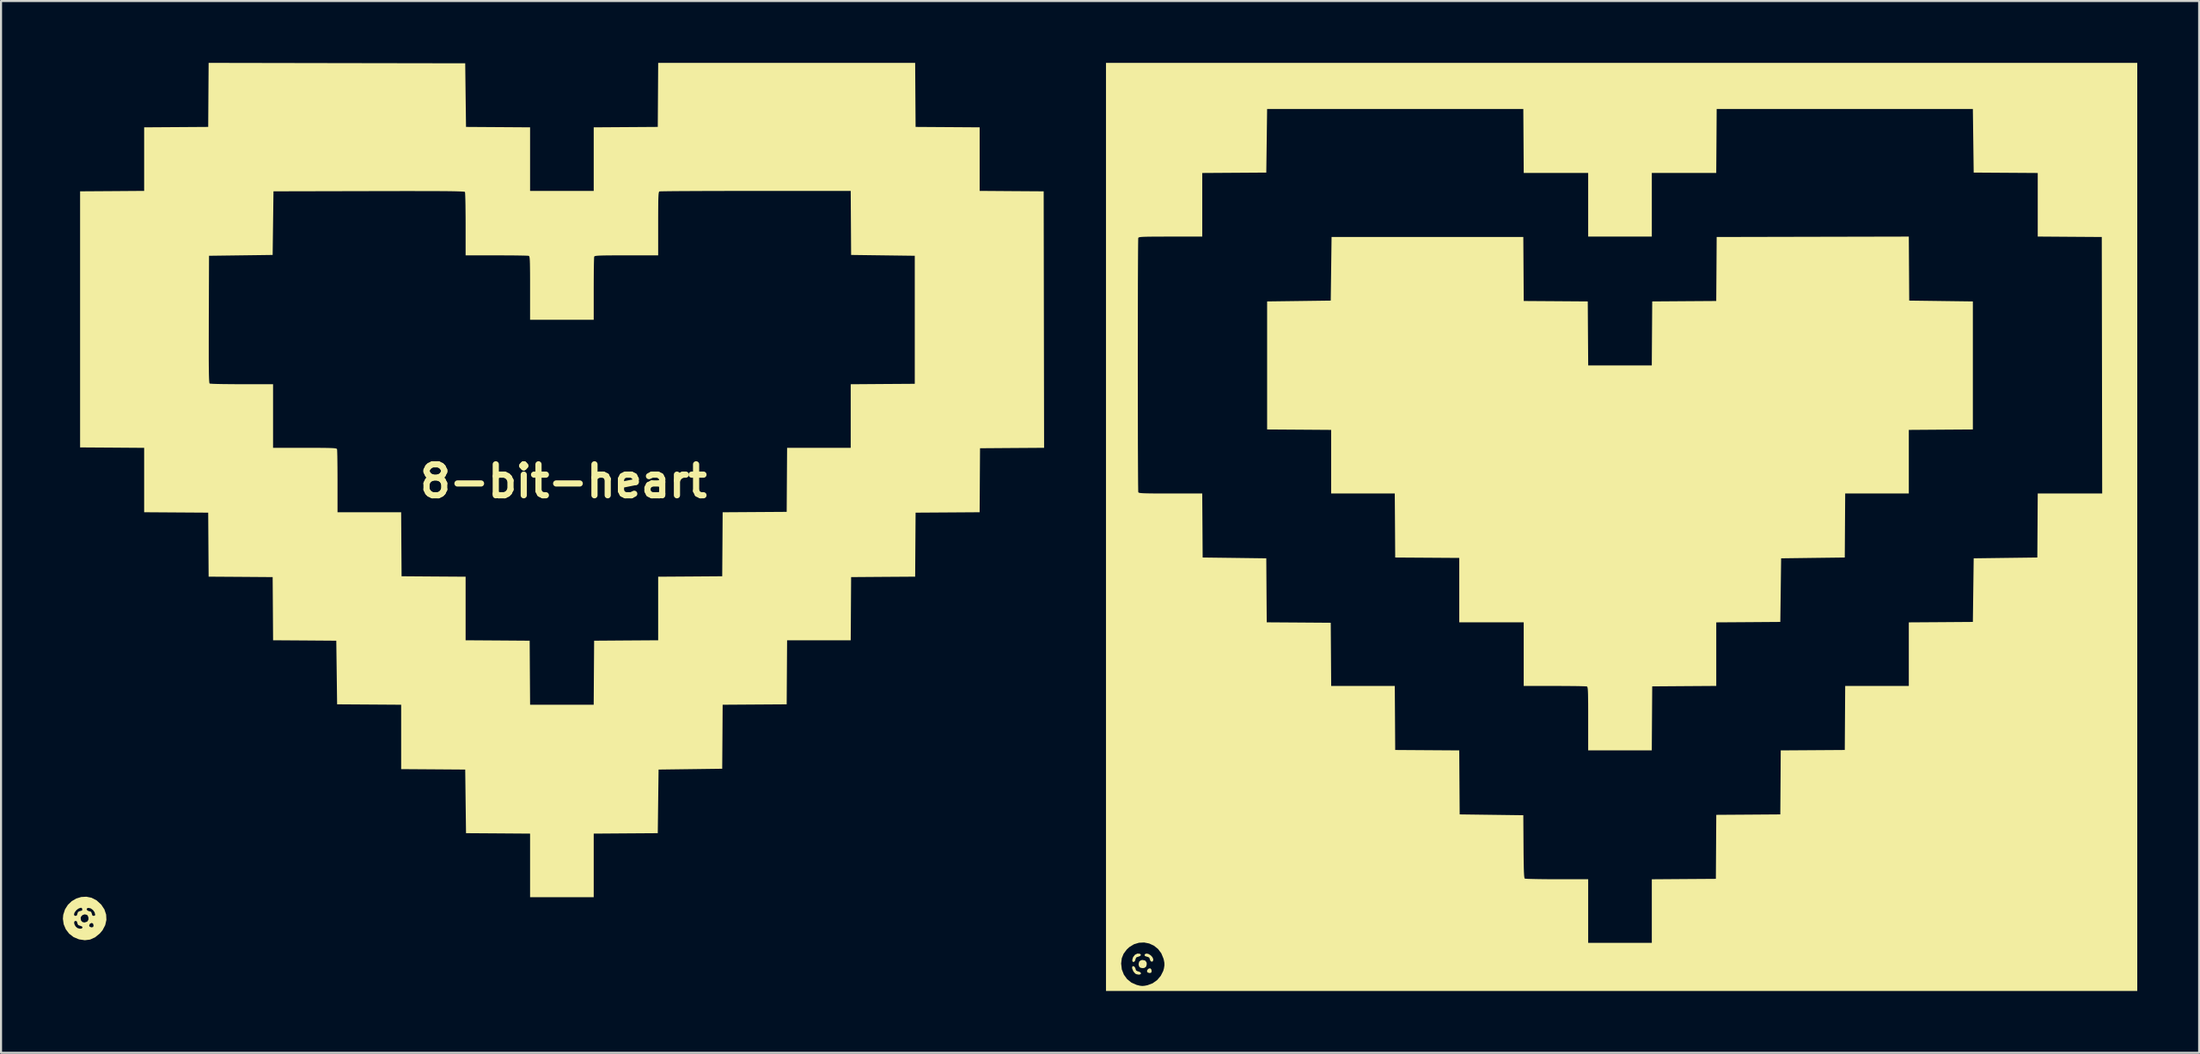
<source format=kicad_pcb>
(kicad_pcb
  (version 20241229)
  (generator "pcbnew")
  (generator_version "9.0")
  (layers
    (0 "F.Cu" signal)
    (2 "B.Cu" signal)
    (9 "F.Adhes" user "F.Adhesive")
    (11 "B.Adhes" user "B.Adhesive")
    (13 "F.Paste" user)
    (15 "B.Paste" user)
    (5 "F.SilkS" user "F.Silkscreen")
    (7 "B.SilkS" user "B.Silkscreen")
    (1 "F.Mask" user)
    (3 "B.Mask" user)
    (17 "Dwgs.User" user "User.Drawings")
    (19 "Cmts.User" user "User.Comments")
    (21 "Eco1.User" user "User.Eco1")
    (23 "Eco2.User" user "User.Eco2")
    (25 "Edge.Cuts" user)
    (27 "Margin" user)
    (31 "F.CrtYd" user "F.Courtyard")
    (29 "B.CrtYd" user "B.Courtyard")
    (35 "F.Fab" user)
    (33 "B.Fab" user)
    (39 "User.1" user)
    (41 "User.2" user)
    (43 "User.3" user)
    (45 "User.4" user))
  (footprint "8-bit-heart"
    (layer "F.Cu")
    (at 24.276 20.297)
    (property "Reference" "8-bit-heart" (at 0 0 0) (layer "F.SilkS") (effects (font (size 1.5 1.5) (thickness 0.3))))
    (attr board_only exclude_from_pos_files exclude_from_bom)
    (fp_poly (pts (xy -22.889 20.204) (xy -22.654 20.324) (xy -22.637 20.335) (xy -22.416 20.538) (xy -22.263 20.769) (xy -22.179 21.019) (xy -22.166 21.277) (xy -22.224 21.534) (xy -22.353 21.78) (xy -22.489 21.941) (xy -22.716 22.125) (xy -22.955 22.233) (xy -23.211 22.265) (xy -23.492 22.224) (xy -23.503 22.22) (xy -23.759 22.113) (xy -23.972 21.948) (xy -24.134 21.737) (xy -24.238 21.491) (xy -24.248 21.422) (xy -23.732 21.422) (xy -23.709 21.512) (xy -23.655 21.602) (xy -23.576 21.67) (xy -23.566 21.675) (xy -23.46 21.707) (xy -23.372 21.7) (xy -23.325 21.658) (xy -23.323 21.642) (xy -23.358 21.592) (xy -23.442 21.563) (xy -23.49 21.545) (xy -23.004 21.545) (xy -22.977 21.611) (xy -22.892 21.641) (xy -22.883 21.641) (xy -22.81 21.623) (xy -22.789 21.554) (xy -22.789 21.547) (xy -22.815 21.458) (xy -22.88 21.426) (xy -22.958 21.461) (xy -22.964 21.466) (xy -23.004 21.545) (xy -23.49 21.545) (xy -23.531 21.531) (xy -23.569 21.461) (xy -23.573 21.434) (xy -23.603 21.348) (xy -23.662 21.325) (xy -23.718 21.353) (xy -23.732 21.422) (xy -24.248 21.422) (xy -24.276 21.224) (xy -24.272 21.18) (xy -23.415 21.18) (xy -23.399 21.303) (xy -23.33 21.382) (xy -23.228 21.406) (xy -23.109 21.366) (xy -23.09 21.353) (xy -23.04 21.273) (xy -23.036 21.167) (xy -23.074 21.07) (xy -23.113 21.034) (xy -23.217 21.009) (xy -23.322 21.043) (xy -23.397 21.122) (xy -23.415 21.18) (xy -24.272 21.18) (xy -24.259 21.029) (xy -24.25 21.003) (xy -23.737 21.003) (xy -23.72 21.067) (xy -23.662 21.088) (xy -23.598 21.059) (xy -23.573 20.979) (xy -23.544 20.895) (xy -23.469 20.855) (xy -23.444 20.85) (xy -23.364 20.828) (xy -23.335 20.801) (xy -23.335 20.801) (xy -23.341 20.748) (xy -23.126 20.748) (xy -23.109 20.801) (xy -23.045 20.845) (xy -22.993 20.858) (xy -22.91 20.887) (xy -22.877 20.964) (xy -22.875 20.979) (xy -22.846 21.064) (xy -22.786 21.088) (xy -22.723 21.063) (xy -22.71 21.03) (xy -22.74 20.908) (xy -22.818 20.8) (xy -22.922 20.723) (xy -23.034 20.696) (xy -23.084 20.706) (xy -23.126 20.748) (xy -23.341 20.748) (xy -23.343 20.735) (xy -23.343 20.731) (xy -23.371 20.693) (xy -23.441 20.697) (xy -23.532 20.737) (xy -23.623 20.808) (xy -23.704 20.911) (xy -23.737 21.003) (xy -24.25 21.003) (xy -24.174 20.768) (xy -24.034 20.547) (xy -23.848 20.37) (xy -23.629 20.242) (xy -23.388 20.168) (xy -23.138 20.154)) (stroke (width 0) (type solid)) (fill yes) (layer "F.SilkS"))
    (fp_poly (pts (xy -10.988 -20.286) (xy -4.767 -20.276) (xy -4.748 -18.733) (xy -4.728 -17.19) (xy -3.175 -17.18) (xy -1.622 -17.17) (xy -1.622 -15.627) (xy -1.622 -14.085) (xy -0.079 -14.085) (xy 1.464 -14.085) (xy 1.464 -15.627) (xy 1.464 -17.17) (xy 3.017 -17.18) (xy 4.57 -17.19) (xy 4.58 -18.743) (xy 4.59 -20.296) (xy 10.821 -20.296) (xy 17.051 -20.296) (xy 17.061 -18.743) (xy 17.072 -17.19) (xy 18.625 -17.18) (xy 20.178 -17.17) (xy 20.178 -15.628) (xy 20.178 -14.086) (xy 21.73 -14.075) (xy 23.283 -14.065) (xy 23.293 -7.844) (xy 23.303 -1.623) (xy 21.75 -1.613) (xy 20.197 -1.602) (xy 20.187 -0.05) (xy 20.177 1.503) (xy 18.624 1.513) (xy 17.072 1.523) (xy 17.061 3.076) (xy 17.051 4.628) (xy 15.499 4.638) (xy 13.946 4.649) (xy 13.936 6.182) (xy 13.926 7.715) (xy 12.383 7.715) (xy 10.841 7.715) (xy 10.831 9.268) (xy 10.821 10.821) (xy 9.268 10.831) (xy 7.716 10.841) (xy 7.706 12.394) (xy 7.695 13.946) (xy 6.152 13.966) (xy 4.609 13.986) (xy 4.589 15.529) (xy 4.57 17.072) (xy 3.017 17.082) (xy 1.464 17.093) (xy 1.464 18.635) (xy 1.464 20.178) (xy -0.079 20.178) (xy -1.622 20.178) (xy -1.622 18.635) (xy -1.622 17.093) (xy -3.175 17.082) (xy -4.728 17.072) (xy -4.748 15.529) (xy -4.767 13.986) (xy -6.32 13.975) (xy -7.873 13.965) (xy -7.873 12.403) (xy -7.873 10.841) (xy -9.426 10.831) (xy -10.979 10.821) (xy -10.999 9.278) (xy -11.019 7.735) (xy -12.551 7.724) (xy -14.084 7.714) (xy -14.094 6.181) (xy -14.105 4.649) (xy -15.657 4.638) (xy -17.209 4.628) (xy -17.22 3.076) (xy -17.23 1.523) (xy -18.783 1.513) (xy -20.336 1.503) (xy -20.336 -0.059) (xy -20.336 -1.621) (xy -21.889 -1.632) (xy -23.442 -1.642) (xy -23.442 -6.307) (xy -17.203 -6.307) (xy -17.203 -5.929) (xy -17.201 -5.612) (xy -17.198 -5.351) (xy -17.194 -5.144) (xy -17.189 -4.985) (xy -17.183 -4.869) (xy -17.176 -4.793) (xy -17.167 -4.751) (xy -17.161 -4.741) (xy -17.112 -4.734) (xy -16.992 -4.727) (xy -16.811 -4.721) (xy -16.578 -4.716) (xy -16.301 -4.713) (xy -15.99 -4.71) (xy -15.654 -4.709) (xy -15.598 -4.709) (xy -14.085 -4.708) (xy -14.085 -3.165) (xy -14.085 -1.622) (xy -12.546 -1.622) (xy -12.153 -1.622) (xy -11.832 -1.621) (xy -11.576 -1.619) (xy -11.377 -1.615) (xy -11.228 -1.61) (xy -11.122 -1.603) (xy -11.051 -1.594) (xy -11.009 -1.582) (xy -10.988 -1.568) (xy -10.983 -1.56) (xy -10.978 -1.507) (xy -10.973 -1.384) (xy -10.968 -1.201) (xy -10.965 -0.965) (xy -10.962 -0.687) (xy -10.96 -0.375) (xy -10.959 -0.039) (xy -10.959 0.003) (xy -10.959 1.503) (xy -9.417 1.503) (xy -7.874 1.503) (xy -7.864 3.056) (xy -7.853 4.609) (xy -6.301 4.62) (xy -4.748 4.63) (xy -4.748 6.172) (xy -4.748 7.714) (xy -3.195 7.724) (xy -1.642 7.735) (xy -1.632 9.288) (xy -1.621 10.84) (xy -0.079 10.84) (xy 1.463 10.84) (xy 1.473 9.288) (xy 1.484 7.735) (xy 3.037 7.724) (xy 4.589 7.714) (xy 4.589 6.172) (xy 4.589 4.63) (xy 6.142 4.62) (xy 7.695 4.609) (xy 7.706 3.057) (xy 7.716 1.504) (xy 9.268 1.494) (xy 10.821 1.484) (xy 10.831 -0.069) (xy 10.841 -1.622) (xy 12.384 -1.622) (xy 13.926 -1.622) (xy 13.926 -3.165) (xy 13.926 -4.707) (xy 15.479 -4.718) (xy 17.032 -4.728) (xy 17.032 -7.834) (xy 17.032 -10.939) (xy 15.489 -10.959) (xy 13.946 -10.979) (xy 13.936 -12.532) (xy 13.926 -14.085) (xy 9.32 -14.085) (xy 8.722 -14.085) (xy 8.146 -14.084) (xy 7.596 -14.083) (xy 7.077 -14.082) (xy 6.596 -14.08) (xy 6.155 -14.078) (xy 5.762 -14.076) (xy 5.42 -14.074) (xy 5.134 -14.071) (xy 4.91 -14.068) (xy 4.753 -14.065) (xy 4.667 -14.062) (xy 4.652 -14.061) (xy 4.636 -14.048) (xy 4.623 -14.017) (xy 4.613 -13.962) (xy 4.605 -13.875) (xy 4.599 -13.749) (xy 4.594 -13.576) (xy 4.592 -13.349) (xy 4.59 -13.062) (xy 4.589 -12.706) (xy 4.589 -12.498) (xy 4.589 -10.959) (xy 3.051 -10.959) (xy 2.658 -10.959) (xy 2.337 -10.958) (xy 2.08 -10.956) (xy 1.881 -10.952) (xy 1.732 -10.947) (xy 1.626 -10.94) (xy 1.556 -10.931) (xy 1.514 -10.92) (xy 1.493 -10.905) (xy 1.488 -10.897) (xy 1.482 -10.844) (xy 1.478 -10.721) (xy 1.473 -10.538) (xy 1.469 -10.303) (xy 1.467 -10.024) (xy 1.465 -9.712) (xy 1.464 -9.376) (xy 1.464 -9.334) (xy 1.464 -7.834) (xy -0.079 -7.834) (xy -1.622 -7.834) (xy -1.622 -9.372) (xy -1.622 -9.765) (xy -1.623 -10.086) (xy -1.626 -10.343) (xy -1.629 -10.542) (xy -1.634 -10.691) (xy -1.641 -10.797) (xy -1.65 -10.867) (xy -1.662 -10.909) (xy -1.676 -10.93) (xy -1.685 -10.935) (xy -1.737 -10.941) (xy -1.86 -10.946) (xy -2.043 -10.95) (xy -2.279 -10.954) (xy -2.557 -10.957) (xy -2.869 -10.958) (xy -3.205 -10.959) (xy -3.247 -10.959) (xy -4.748 -10.959) (xy -4.748 -12.473) (xy -4.749 -12.812) (xy -4.752 -13.128) (xy -4.755 -13.411) (xy -4.76 -13.651) (xy -4.766 -13.841) (xy -4.772 -13.971) (xy -4.779 -14.033) (xy -4.78 -14.035) (xy -4.8 -14.043) (xy -4.85 -14.05) (xy -4.935 -14.056) (xy -5.057 -14.061) (xy -5.222 -14.066) (xy -5.431 -14.07) (xy -5.69 -14.073) (xy -6 -14.075) (xy -6.368 -14.076) (xy -6.794 -14.077) (xy -7.285 -14.078) (xy -7.842 -14.078) (xy -8.469 -14.077) (xy -9.171 -14.076) (xy -9.438 -14.075) (xy -14.065 -14.065) (xy -14.085 -12.522) (xy -14.105 -10.979) (xy -15.648 -10.959) (xy -17.19 -10.939) (xy -17.201 -7.856) (xy -17.202 -7.266) (xy -17.203 -6.752) (xy -17.203 -6.307) (xy -23.442 -6.307) (xy -23.442 -7.853) (xy -23.442 -14.065) (xy -21.889 -14.075) (xy -20.336 -14.086) (xy -20.336 -15.628) (xy -20.336 -17.17) (xy -18.783 -17.18) (xy -17.23 -17.19) (xy -17.22 -18.744) (xy -17.209 -20.297)) (stroke (width 0) (type solid)) (fill yes) (layer "F.SilkS")))
  (footprint "8-bit-heart-neg"
    (layer "F.Cu")
    (at 75.584 22.512)
    (property "Reference" "8-bit-heart-neg" (at 0 0 0) (layer "F.SilkS") (effects (font (size 1.5 1.5) (thickness 0.3))))
    (attr board_only exclude_from_pos_files exclude_from_bom)
    (fp_poly (pts (xy -22.851 21.417) (xy -22.804 21.471) (xy -22.789 21.541) (xy -22.805 21.617) (xy -22.868 21.641) (xy -22.889 21.641) (xy -22.974 21.619) (xy -23.013 21.579) (xy -23.007 21.503) (xy -22.952 21.437) (xy -22.876 21.412)) (stroke (width 0) (type solid)) (fill yes) (layer "F.SilkS"))
    (fp_poly (pts (xy -23.103 21.037) (xy -23.038 21.122) (xy -23.026 21.206) (xy -23.055 21.327) (xy -23.139 21.392) (xy -23.224 21.404) (xy -23.32 21.387) (xy -23.374 21.357) (xy -23.411 21.283) (xy -23.422 21.206) (xy -23.393 21.086) (xy -23.308 21.02) (xy -23.224 21.008)) (stroke (width 0) (type solid)) (fill yes) (layer "F.SilkS"))
    (fp_poly (pts (xy -23.359 20.707) (xy -23.312 20.749) (xy -23.329 20.799) (xy -23.402 20.84) (xy -23.445 20.85) (xy -23.534 20.884) (xy -23.57 20.958) (xy -23.572 20.976) (xy -23.602 21.061) (xy -23.653 21.105) (xy -23.705 21.096) (xy -23.726 21.063) (xy -23.725 20.989) (xy -23.694 20.885) (xy -23.686 20.867) (xy -23.598 20.754) (xy -23.481 20.698)) (stroke (width 0) (type solid)) (fill yes) (layer "F.SilkS"))
    (fp_poly (pts (xy -22.936 20.719) (xy -22.835 20.782) (xy -22.753 20.871) (xy -22.711 20.972) (xy -22.71 20.996) (xy -22.733 21.072) (xy -22.785 21.093) (xy -22.841 21.063) (xy -22.875 20.983) (xy -22.875 20.979) (xy -22.906 20.892) (xy -22.983 20.857) (xy -22.987 20.857) (xy -23.093 20.827) (xy -23.138 20.779) (xy -23.116 20.726) (xy -23.037 20.696)) (stroke (width 0) (type solid)) (fill yes) (layer "F.SilkS"))
    (fp_poly (pts (xy -23.613 21.345) (xy -23.576 21.416) (xy -23.572 21.438) (xy -23.543 21.519) (xy -23.466 21.558) (xy -23.442 21.562) (xy -23.349 21.597) (xy -23.307 21.648) (xy -23.32 21.695) (xy -23.393 21.719) (xy -23.409 21.719) (xy -23.515 21.702) (xy -23.583 21.67) (xy -23.674 21.565) (xy -23.73 21.434) (xy -23.738 21.371) (xy -23.717 21.313) (xy -23.668 21.307)) (stroke (width 0) (type solid)) (fill yes) (layer "F.SilkS"))
    (fp_poly (pts (xy 13.936 -12.532) (xy 13.946 -10.979) (xy 15.489 -10.959) (xy 17.032 -10.939) (xy 17.032 -7.834) (xy 17.032 -4.728) (xy 15.479 -4.718) (xy 13.926 -4.707) (xy 13.926 -3.165) (xy 13.926 -1.622) (xy 12.384 -1.622) (xy 10.841 -1.622) (xy 10.831 -0.069) (xy 10.821 1.484) (xy 9.278 1.503) (xy 7.735 1.523) (xy 7.715 3.066) (xy 7.695 4.609) (xy 6.142 4.62) (xy 4.589 4.63) (xy 4.589 6.172) (xy 4.589 7.714) (xy 3.037 7.724) (xy 1.484 7.735) (xy 1.473 9.288) (xy 1.463 10.84) (xy -0.08 10.84) (xy -1.622 10.84) (xy -1.622 9.302) (xy -1.622 8.909) (xy -1.623 8.588) (xy -1.626 8.331) (xy -1.629 8.132) (xy -1.634 7.983) (xy -1.641 7.877) (xy -1.65 7.807) (xy -1.662 7.765) (xy -1.676 7.744) (xy -1.685 7.739) (xy -1.737 7.734) (xy -1.86 7.729) (xy -2.043 7.724) (xy -2.279 7.72) (xy -2.557 7.718) (xy -2.869 7.716) (xy -3.205 7.715) (xy -3.247 7.715) (xy -4.748 7.715) (xy -4.748 6.172) (xy -4.748 4.629) (xy -6.31 4.629) (xy -7.873 4.629) (xy -7.873 3.067) (xy -7.873 1.504) (xy -9.426 1.494) (xy -10.979 1.484) (xy -10.989 -0.069) (xy -11 -1.622) (xy -12.542 -1.622) (xy -14.085 -1.622) (xy -14.085 -3.165) (xy -14.085 -4.707) (xy -15.638 -4.718) (xy -17.19 -4.728) (xy -17.19 -7.834) (xy -17.19 -10.939) (xy -15.648 -10.959) (xy -14.105 -10.979) (xy -14.085 -12.522) (xy -14.065 -14.065) (xy -9.416 -14.065) (xy -4.767 -14.065) (xy -4.757 -12.513) (xy -4.747 -10.96) (xy -3.194 -10.95) (xy -1.642 -10.939) (xy -1.632 -9.387) (xy -1.621 -7.834) (xy -0.079 -7.834) (xy 1.463 -7.834) (xy 1.473 -9.387) (xy 1.484 -10.939) (xy 3.036 -10.95) (xy 4.588 -10.96) (xy 4.599 -12.513) (xy 4.609 -14.065) (xy 9.267 -14.075) (xy 13.926 -14.085)) (stroke (width 0) (type solid)) (fill yes) (layer "F.SilkS"))
    (fp_poly (pts (xy 25.004 0) (xy 25.004 22.512) (xy 0 22.512) (xy -25.004 22.512) (xy -25.004 21.186) (xy -24.268 21.186) (xy -24.236 21.466) (xy -24.136 21.721) (xy -23.978 21.938) (xy -23.769 22.107) (xy -23.518 22.217) (xy -23.508 22.219) (xy -23.36 22.256) (xy -23.248 22.269) (xy -23.135 22.26) (xy -22.991 22.232) (xy -22.744 22.14) (xy -22.525 21.985) (xy -22.349 21.779) (xy -22.227 21.537) (xy -22.193 21.415) (xy -22.17 21.27) (xy -22.172 21.146) (xy -22.2 21.002) (xy -22.215 20.943) (xy -22.322 20.684) (xy -22.48 20.474) (xy -22.679 20.314) (xy -22.907 20.209) (xy -23.153 20.16) (xy -23.403 20.172) (xy -23.648 20.246) (xy -23.875 20.386) (xy -23.998 20.502) (xy -24.151 20.708) (xy -24.238 20.924) (xy -24.268 21.177) (xy -24.268 21.186) (xy -25.004 21.186) (xy -25.004 0) (xy -25.004 -7.938) (xy -23.461 -7.938) (xy -23.461 -7.332) (xy -23.46 -6.73) (xy -23.46 -6.137) (xy -23.459 -5.56) (xy -23.458 -5.003) (xy -23.457 -4.471) (xy -23.456 -3.97) (xy -23.454 -3.504) (xy -23.452 -3.08) (xy -23.45 -2.702) (xy -23.448 -2.375) (xy -23.446 -2.105) (xy -23.443 -1.898) (xy -23.441 -1.757) (xy -23.438 -1.689) (xy -23.437 -1.683) (xy -23.423 -1.668) (xy -23.391 -1.655) (xy -23.333 -1.645) (xy -23.242 -1.637) (xy -23.111 -1.631) (xy -22.933 -1.627) (xy -22.699 -1.624) (xy -22.404 -1.623) (xy -22.04 -1.622) (xy -21.875 -1.622) (xy -20.337 -1.622) (xy -20.326 -0.069) (xy -20.316 1.484) (xy -18.773 1.503) (xy -17.23 1.523) (xy -17.22 3.076) (xy -17.209 4.628) (xy -15.657 4.638) (xy -14.105 4.649) (xy -14.094 6.182) (xy -14.084 7.715) (xy -12.542 7.715) (xy -11 7.715) (xy -10.989 9.268) (xy -10.979 10.821) (xy -9.427 10.831) (xy -7.874 10.841) (xy -7.864 12.394) (xy -7.853 13.946) (xy -6.31 13.966) (xy -4.767 13.986) (xy -4.757 15.507) (xy -4.754 15.918) (xy -4.749 16.256) (xy -4.744 16.526) (xy -4.737 16.734) (xy -4.729 16.886) (xy -4.719 16.987) (xy -4.707 17.043) (xy -4.698 17.059) (xy -4.648 17.066) (xy -4.529 17.073) (xy -4.348 17.078) (xy -4.115 17.083) (xy -3.838 17.087) (xy -3.527 17.09) (xy -3.191 17.091) (xy -3.135 17.091) (xy -1.622 17.092) (xy -1.622 18.635) (xy -1.622 20.178) (xy -0.079 20.178) (xy 1.464 20.178) (xy 1.464 18.635) (xy 1.464 17.093) (xy 3.017 17.082) (xy 4.57 17.072) (xy 4.58 15.519) (xy 4.59 13.967) (xy 6.143 13.957) (xy 7.695 13.946) (xy 7.706 12.394) (xy 7.716 10.841) (xy 9.268 10.831) (xy 10.821 10.821) (xy 10.831 9.268) (xy 10.841 7.715) (xy 12.384 7.715) (xy 13.926 7.715) (xy 13.926 6.172) (xy 13.926 4.63) (xy 15.479 4.62) (xy 17.032 4.609) (xy 17.052 3.066) (xy 17.072 1.523) (xy 18.615 1.503) (xy 20.158 1.484) (xy 20.168 -0.069) (xy 20.178 -1.622) (xy 21.741 -1.622) (xy 23.303 -1.622) (xy 23.293 -7.844) (xy 23.283 -14.065) (xy 21.73 -14.075) (xy 20.178 -14.086) (xy 20.178 -15.628) (xy 20.178 -17.17) (xy 18.625 -17.18) (xy 17.072 -17.19) (xy 17.052 -18.733) (xy 17.032 -20.276) (xy 10.821 -20.276) (xy 4.609 -20.276) (xy 4.599 -18.724) (xy 4.588 -17.171) (xy 3.026 -17.171) (xy 1.464 -17.171) (xy 1.464 -15.628) (xy 1.464 -14.085) (xy -0.079 -14.085) (xy -1.622 -14.085) (xy -1.622 -15.628) (xy -1.622 -17.171) (xy -3.184 -17.171) (xy -4.747 -17.171) (xy -4.757 -18.724) (xy -4.767 -20.276) (xy -10.979 -20.276) (xy -17.19 -20.276) (xy -17.21 -18.733) (xy -17.23 -17.19) (xy -18.783 -17.18) (xy -20.336 -17.17) (xy -20.336 -15.627) (xy -20.336 -14.085) (xy -21.875 -14.085) (xy -22.267 -14.084) (xy -22.588 -14.083) (xy -22.844 -14.081) (xy -23.043 -14.078) (xy -23.192 -14.073) (xy -23.298 -14.066) (xy -23.368 -14.057) (xy -23.411 -14.045) (xy -23.432 -14.031) (xy -23.438 -14.022) (xy -23.441 -13.975) (xy -23.443 -13.854) (xy -23.446 -13.665) (xy -23.448 -13.412) (xy -23.45 -13.101) (xy -23.452 -12.737) (xy -23.454 -12.325) (xy -23.456 -11.871) (xy -23.457 -11.379) (xy -23.458 -10.856) (xy -23.459 -10.305) (xy -23.46 -9.733) (xy -23.46 -9.144) (xy -23.461 -8.544) (xy -23.461 -7.938) (xy -25.004 -7.938) (xy -25.004 -22.512) (xy 0 -22.512) (xy 25.004 -22.512)) (stroke (width 0) (type solid)) (fill yes) (layer "F.SilkS")))
  (gr_rect
    (start -3 -3)
    (end 103.588 48.024)
    (stroke (width 0.1) (type default))
    (fill no)
    (layer "Edge.Cuts")))
</source>
